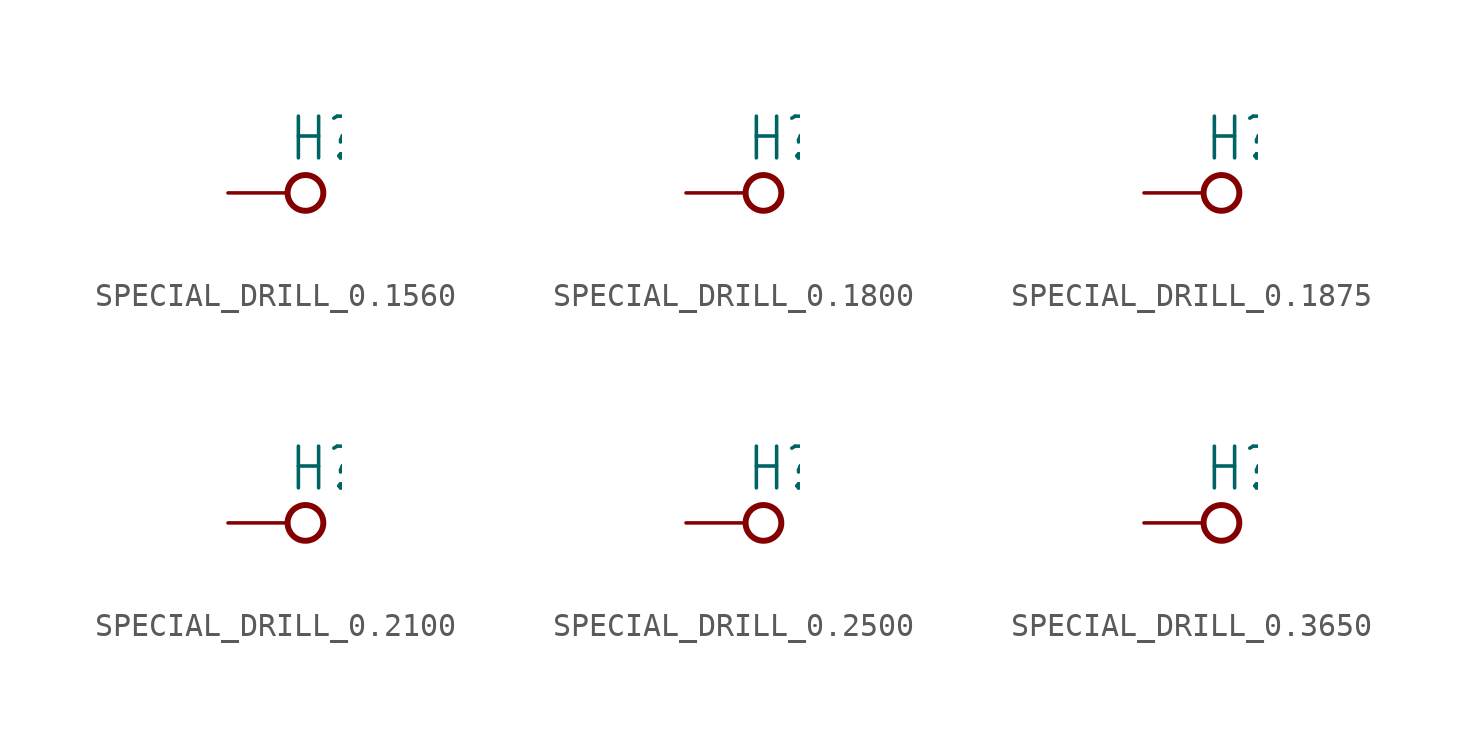
<source format=kicad_sym>
(kicad_symbol_lib
  (version 20231120)
  (generator "kicad_symbol_editor")
  (generator_version "8.0")
  (symbol "SPECIAL_DRILL_0.1560"
    (property "Reference" "H"
      (at 0 1.27 0)
      (effects (font (size 1.778 1.511)) (justify left bottom)))
    (property "Value" ""
      (at 0 -2.794 0)
      (effects (font (size 1.778 1.511)) (justify left bottom)))
    (property "ki_locked" ""
      (at 0 0 0)
      (effects (font (size 1.27 1.27))))
    (symbol "SPECIAL_DRILL_0.1560_1_0"
      (circle (center 0.762 0) (radius 0.762) (stroke (width 0.254) (type solid)) (fill (type none)))
      (pin passive line (at -2.54 0 0) (length 2.54) (name "1" (effects (font (size 0 0)))) (number "1" (effects (font (size 0 0)))))))
  (symbol "SPECIAL_DRILL_0.1800"
    (property "Reference" "H"
      (at 0 1.27 0)
      (effects (font (size 1.778 1.511)) (justify left bottom)))
    (property "Value" ""
      (at 0 -2.794 0)
      (effects (font (size 1.778 1.511)) (justify left bottom)))
    (property "ki_locked" ""
      (at 0 0 0)
      (effects (font (size 1.27 1.27))))
    (symbol "SPECIAL_DRILL_0.1800_1_0"
      (circle (center 0.762 0) (radius 0.762) (stroke (width 0.254) (type solid)) (fill (type none)))
      (pin passive line (at -2.54 0 0) (length 2.54) (name "1" (effects (font (size 0 0)))) (number "1" (effects (font (size 0 0)))))))
  (symbol "SPECIAL_DRILL_0.1875"
    (property "Reference" "H"
      (at 0 1.27 0)
      (effects (font (size 1.778 1.511)) (justify left bottom)))
    (property "Value" ""
      (at 0 -2.794 0)
      (effects (font (size 1.778 1.511)) (justify left bottom)))
    (property "ki_locked" ""
      (at 0 0 0)
      (effects (font (size 1.27 1.27))))
    (symbol "SPECIAL_DRILL_0.1875_1_0"
      (circle (center 0.762 0) (radius 0.762) (stroke (width 0.254) (type solid)) (fill (type none)))
      (pin passive line (at -2.54 0 0) (length 2.54) (name "1" (effects (font (size 0 0)))) (number "1" (effects (font (size 0 0)))))))
  (symbol "SPECIAL_DRILL_0.2100"
    (property "Reference" "H"
      (at 0 1.27 0)
      (effects (font (size 1.778 1.511)) (justify left bottom)))
    (property "Value" ""
      (at 0 -2.794 0)
      (effects (font (size 1.778 1.511)) (justify left bottom)))
    (property "ki_locked" ""
      (at 0 0 0)
      (effects (font (size 1.27 1.27))))
    (symbol "SPECIAL_DRILL_0.2100_1_0"
      (circle (center 0.762 0) (radius 0.762) (stroke (width 0.254) (type solid)) (fill (type none)))
      (pin passive line (at -2.54 0 0) (length 2.54) (name "1" (effects (font (size 0 0)))) (number "1" (effects (font (size 0 0)))))))
  (symbol "SPECIAL_DRILL_0.2500"
    (property "Reference" "H"
      (at 0 1.27 0)
      (effects (font (size 1.778 1.511)) (justify left bottom)))
    (property "Value" ""
      (at 0 -2.794 0)
      (effects (font (size 1.778 1.511)) (justify left bottom)))
    (property "ki_locked" ""
      (at 0 0 0)
      (effects (font (size 1.27 1.27))))
    (symbol "SPECIAL_DRILL_0.2500_1_0"
      (circle (center 0.762 0) (radius 0.762) (stroke (width 0.254) (type solid)) (fill (type none)))
      (pin passive line (at -2.54 0 0) (length 2.54) (name "1" (effects (font (size 0 0)))) (number "1" (effects (font (size 0 0)))))))
  (symbol "SPECIAL_DRILL_0.3650"
    (property "Reference" "H"
      (at 0 1.27 0)
      (effects (font (size 1.778 1.511)) (justify left bottom)))
    (property "Value" ""
      (at 0 -2.794 0)
      (effects (font (size 1.778 1.511)) (justify left bottom)))
    (property "ki_locked" ""
      (at 0 0 0)
      (effects (font (size 1.27 1.27))))
    (symbol "SPECIAL_DRILL_0.3650_1_0"
      (circle (center 0.762 0) (radius 0.762) (stroke (width 0.254) (type solid)) (fill (type none)))
      (pin passive line (at -2.54 0 0) (length 2.54) (name "1" (effects (font (size 0 0)))) (number "1" (effects (font (size 0 0))))))))
</source>
